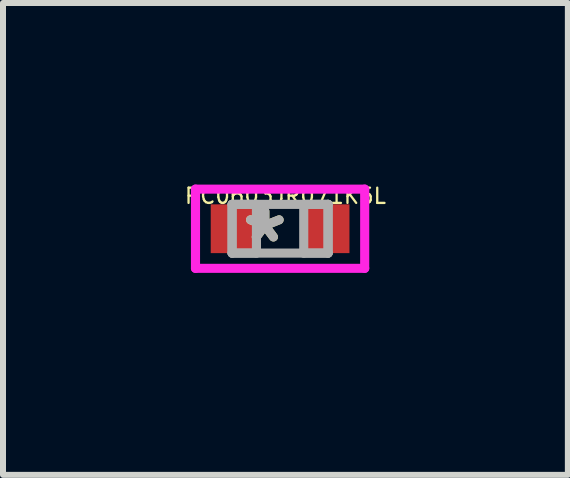
<source format=kicad_pcb>
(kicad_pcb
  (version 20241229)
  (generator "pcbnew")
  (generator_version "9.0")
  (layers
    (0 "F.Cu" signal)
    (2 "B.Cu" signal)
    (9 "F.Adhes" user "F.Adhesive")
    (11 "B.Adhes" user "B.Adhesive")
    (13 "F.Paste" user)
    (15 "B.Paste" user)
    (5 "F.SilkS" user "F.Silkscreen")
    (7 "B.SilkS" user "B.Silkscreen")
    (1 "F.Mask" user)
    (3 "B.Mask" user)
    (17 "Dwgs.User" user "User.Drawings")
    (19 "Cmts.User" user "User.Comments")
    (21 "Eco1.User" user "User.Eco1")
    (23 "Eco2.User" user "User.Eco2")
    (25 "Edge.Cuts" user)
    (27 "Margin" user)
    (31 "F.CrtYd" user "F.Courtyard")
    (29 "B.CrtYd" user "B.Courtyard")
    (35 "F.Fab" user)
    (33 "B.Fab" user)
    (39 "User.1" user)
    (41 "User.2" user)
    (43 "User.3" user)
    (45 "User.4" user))
  (footprint "RC0603JR071K5L"
    (layer "F.Cu")
    (at 1.618 0.762)
    (property "Reference" "RC0603JR071K5L" (at 0.089 -0.546 0) (layer "F.SilkS") (effects (font (size 0.254 0.254) (thickness 0.038))))
    (attr smd)
    (fp_line (start -1.41 -0.66) (end 1.41 -0.66) (stroke (width 0.152) (type solid)) (layer "F.CrtYd"))
    (fp_line (start -1.41 0.66) (end -1.41 -0.66) (stroke (width 0.152) (type solid)) (layer "F.CrtYd"))
    (fp_line (start 1.41 -0.66) (end 1.41 0.66) (stroke (width 0.152) (type solid)) (layer "F.CrtYd"))
    (fp_line (start 1.41 0.66) (end -1.41 0.66) (stroke (width 0.152) (type solid)) (layer "F.CrtYd"))
    (fp_line (start -0.8 -0.406) (end -0.8 0.406) (stroke (width 0.152) (type solid)) (layer "F.Fab"))
    (fp_line (start -0.8 -0.406) (end -0.8 0.406) (stroke (width 0.152) (type solid)) (layer "F.Fab"))
    (fp_line (start -0.8 0.406) (end -0.394 0.406) (stroke (width 0.152) (type solid)) (layer "F.Fab"))
    (fp_line (start -0.8 0.406) (end 0.8 0.406) (stroke (width 0.152) (type solid)) (layer "F.Fab"))
    (fp_line (start -0.394 -0.406) (end -0.8 -0.406) (stroke (width 0.152) (type solid)) (layer "F.Fab"))
    (fp_line (start -0.394 0.406) (end -0.394 -0.406) (stroke (width 0.152) (type solid)) (layer "F.Fab"))
    (fp_line (start 0.394 -0.406) (end 0.394 0.406) (stroke (width 0.152) (type solid)) (layer "F.Fab"))
    (fp_line (start 0.394 0.406) (end 0.8 0.406) (stroke (width 0.152) (type solid)) (layer "F.Fab"))
    (fp_line (start 0.8 -0.406) (end -0.8 -0.406) (stroke (width 0.152) (type solid)) (layer "F.Fab"))
    (fp_line (start 0.8 -0.406) (end 0.394 -0.406) (stroke (width 0.152) (type solid)) (layer "F.Fab"))
    (fp_line (start 0.8 0.406) (end 0.8 -0.406) (stroke (width 0.152) (type solid)) (layer "F.Fab"))
    (fp_line (start 0.8 0.406) (end 0.8 -0.406) (stroke (width 0.152) (type solid)) (layer "F.Fab"))
    (fp_text user "*" (at -0.254 0.254 0) (layer "F.SilkS") (effects (font (size 1 1) (thickness 0.15))))
    (fp_text user "*" (at -0.254 0.254 0) (layer "F.Fab") (effects (font (size 1 1) (thickness 0.15))))
    (pad "1" smd rect (at -0.775 0) (size 0.762 0.813) (layers "F.Cu" "F.Mask" "F.Paste"))
    (pad "2" smd rect (at 0.775 0) (size 0.762 0.813) (layers "F.Cu" "F.Mask" "F.Paste")))
  (gr_rect
    (start -3 -3)
    (end 6.414 4.864)
    (stroke (width 0.1) (type default))
    (fill no)
    (layer "Edge.Cuts")))
</source>
